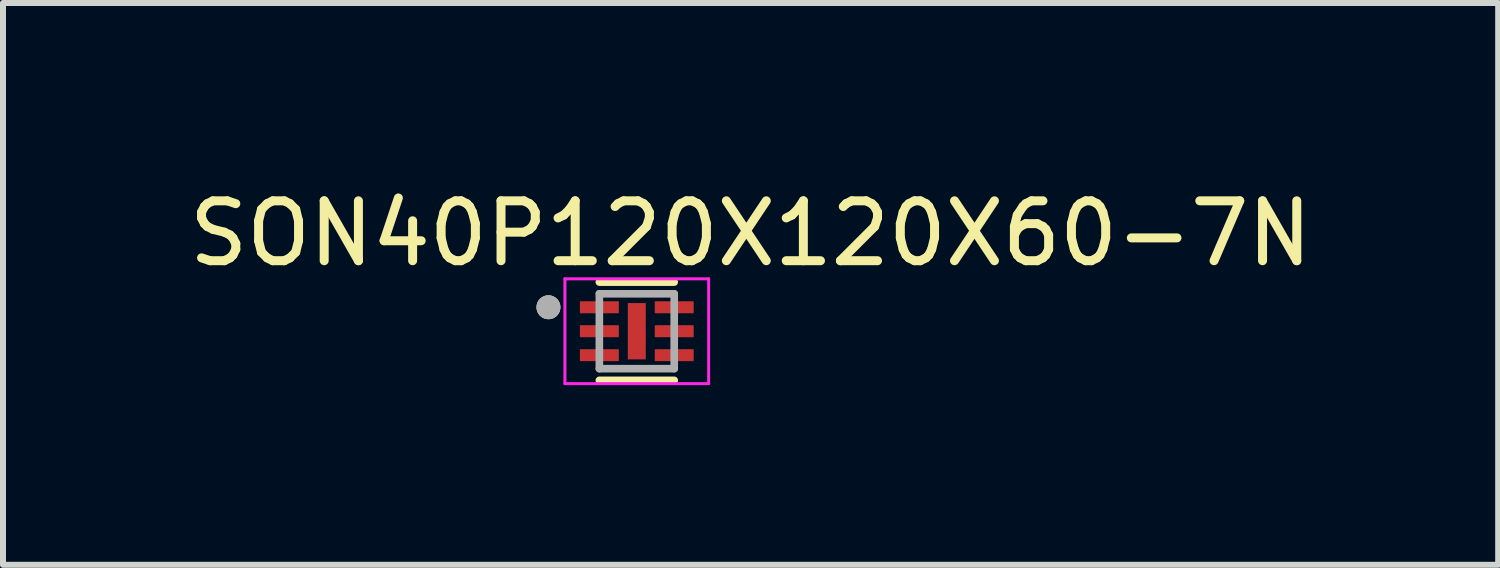
<source format=kicad_pcb>
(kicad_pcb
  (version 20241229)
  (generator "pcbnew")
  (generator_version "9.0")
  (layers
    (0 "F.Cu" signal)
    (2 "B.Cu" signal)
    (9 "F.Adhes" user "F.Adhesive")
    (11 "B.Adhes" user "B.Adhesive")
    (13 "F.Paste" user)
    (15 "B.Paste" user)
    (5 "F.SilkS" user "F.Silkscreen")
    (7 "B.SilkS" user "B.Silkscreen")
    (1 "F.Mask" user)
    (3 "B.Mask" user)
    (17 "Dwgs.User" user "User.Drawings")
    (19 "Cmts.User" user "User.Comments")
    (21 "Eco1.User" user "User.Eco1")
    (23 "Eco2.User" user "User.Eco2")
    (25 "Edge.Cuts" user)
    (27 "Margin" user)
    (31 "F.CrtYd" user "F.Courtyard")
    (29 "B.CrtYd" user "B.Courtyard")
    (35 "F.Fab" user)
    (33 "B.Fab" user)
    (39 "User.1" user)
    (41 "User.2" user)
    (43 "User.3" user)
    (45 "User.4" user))
  (footprint "SON40P120X120X60-7N"
    (layer "F.Cu")
    (at 7.582 2.48)
    (property "Reference" "SON40P120X120X60-7N" (at 1.9 -1.632 0) (layer "F.SilkS") (effects (font (size 1 1) (thickness 0.15))))
    (attr smd)
    (fp_line (start -0.625 -0.82) (end 0.625 -0.82) (stroke (width 0.127) (type solid)) (layer "F.SilkS"))
    (fp_line (start -0.625 0.82) (end 0.625 0.82) (stroke (width 0.127) (type solid)) (layer "F.SilkS"))
    (fp_circle (center -1.475 -0.4) (end -1.375 -0.4) (stroke (width 0.2) (type solid)) (fill no) (layer "F.SilkS"))
    (fp_poly (pts (xy -0.072 -0.392) (xy 0.072 -0.392) (xy 0.072 0.392) (xy -0.072 0.392)) (stroke (width 0.01) (type solid)) (fill yes) (layer "F.Paste"))
    (fp_line (start -1.2 -0.875) (end -1.2 0.875) (stroke (width 0.05) (type solid)) (layer "F.CrtYd"))
    (fp_line (start -1.2 -0.875) (end 1.2 -0.875) (stroke (width 0.05) (type solid)) (layer "F.CrtYd"))
    (fp_line (start -1.2 0.875) (end 1.2 0.875) (stroke (width 0.05) (type solid)) (layer "F.CrtYd"))
    (fp_line (start 1.2 -0.875) (end 1.2 0.875) (stroke (width 0.05) (type solid)) (layer "F.CrtYd"))
    (fp_line (start -0.625 -0.625) (end -0.625 0.625) (stroke (width 0.127) (type solid)) (layer "F.Fab"))
    (fp_line (start -0.625 -0.625) (end 0.625 -0.625) (stroke (width 0.127) (type solid)) (layer "F.Fab"))
    (fp_line (start -0.625 0.625) (end 0.625 0.625) (stroke (width 0.127) (type solid)) (layer "F.Fab"))
    (fp_line (start 0.625 -0.625) (end 0.625 0.625) (stroke (width 0.127) (type solid)) (layer "F.Fab"))
    (fp_circle (center -1.475 -0.4) (end -1.375 -0.4) (stroke (width 0.2) (type solid)) (fill no) (layer "F.Fab"))
    (pad "1" smd roundrect (at -0.625 -0.4) (size 0.65 0.2) (layers "F.Cu" "F.Mask" "F.Paste") (roundrect_rratio 0.03))
    (pad "2" smd roundrect (at -0.625 0) (size 0.65 0.2) (layers "F.Cu" "F.Mask" "F.Paste") (roundrect_rratio 0.03))
    (pad "3" smd roundrect (at -0.625 0.4) (size 0.65 0.2) (layers "F.Cu" "F.Mask" "F.Paste") (roundrect_rratio 0.03))
    (pad "4" smd roundrect (at 0.625 0.4) (size 0.65 0.2) (layers "F.Cu" "F.Mask" "F.Paste") (roundrect_rratio 0.03))
    (pad "5" smd roundrect (at 0.625 0) (size 0.65 0.2) (layers "F.Cu" "F.Mask" "F.Paste") (roundrect_rratio 0.03))
    (pad "6" smd roundrect (at 0.625 -0.4) (size 0.65 0.2) (layers "F.Cu" "F.Mask" "F.Paste") (roundrect_rratio 0.03))
    (pad "7" smd rect (at 0 0) (size 0.3 0.94) (layers "F.Cu" "F.Mask")))
  (gr_rect
    (start -3 -3)
    (end 21.964 6.38)
    (stroke (width 0.1) (type default))
    (fill no)
    (layer "Edge.Cuts")))
</source>
